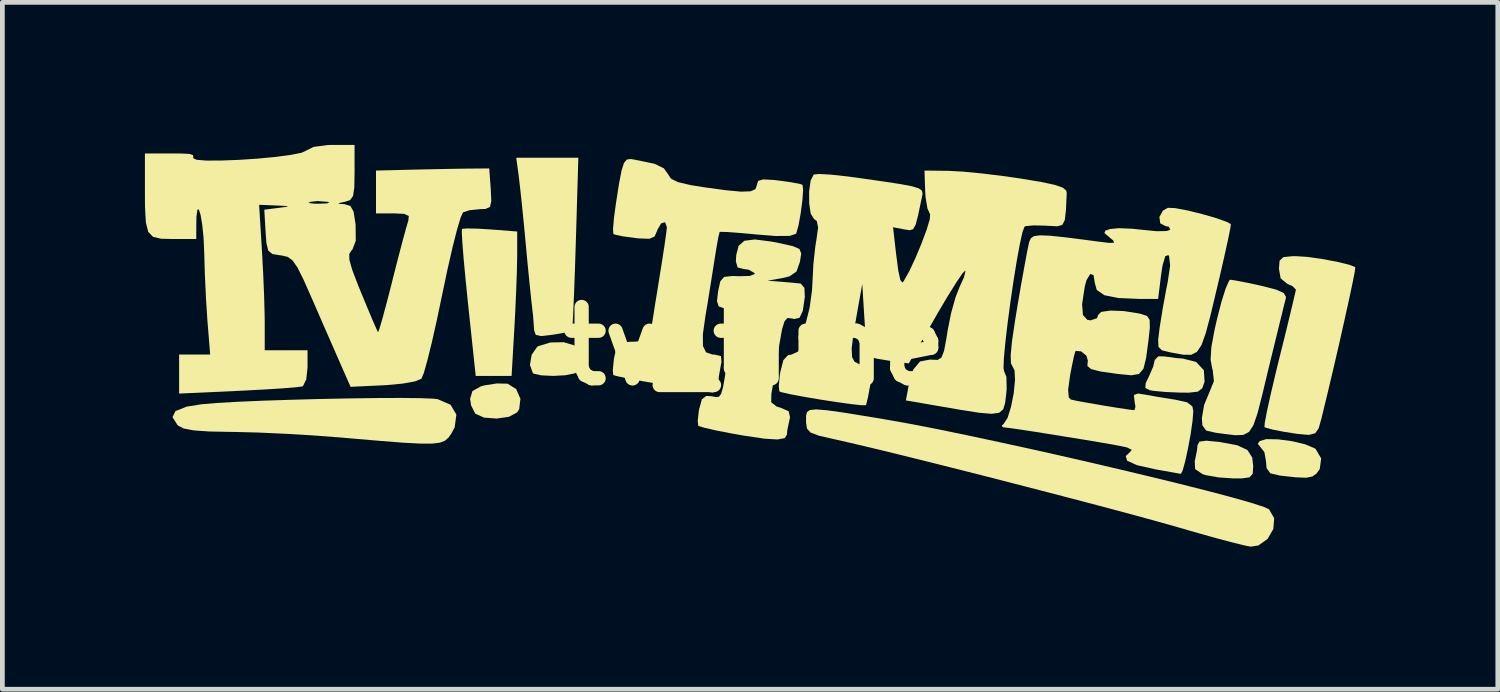
<source format=kicad_pcb>
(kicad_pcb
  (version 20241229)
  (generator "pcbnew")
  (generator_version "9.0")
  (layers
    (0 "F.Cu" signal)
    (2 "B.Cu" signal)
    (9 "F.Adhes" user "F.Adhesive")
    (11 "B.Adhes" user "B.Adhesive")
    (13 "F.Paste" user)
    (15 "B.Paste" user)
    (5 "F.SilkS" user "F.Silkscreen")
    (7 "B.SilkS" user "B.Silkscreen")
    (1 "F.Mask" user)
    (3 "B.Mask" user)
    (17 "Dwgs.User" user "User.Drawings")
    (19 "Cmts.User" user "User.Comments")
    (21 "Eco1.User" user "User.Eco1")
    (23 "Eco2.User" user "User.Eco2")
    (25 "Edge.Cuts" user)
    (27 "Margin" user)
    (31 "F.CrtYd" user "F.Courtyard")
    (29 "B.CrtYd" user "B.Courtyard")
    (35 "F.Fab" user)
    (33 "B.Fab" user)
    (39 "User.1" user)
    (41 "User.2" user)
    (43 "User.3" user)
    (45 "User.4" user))
  (footprint "tv_time"
    (layer "F.Cu")
    (at 12.835 4.233)
    (property "Reference" "tv_time" (at 0 0 0) (layer "F.SilkS") (effects (font (size 1.5 1.5) (thickness 0.3))))
    (attr board_only exclude_from_pos_files exclude_from_bom)
    (fp_poly (pts (xy -5.201 0.793) (xy -5.021 0.906) (xy -4.931 1.11) (xy -4.957 1.329) (xy -5 1.397) (xy -5.172 1.49) (xy -5.431 1.527) (xy -5.695 1.507) (xy -5.88 1.425) (xy -5.882 1.423) (xy -5.969 1.25) (xy -5.99 1.11) (xy -5.941 0.948) (xy -5.765 0.85) (xy -5.697 0.83) (xy -5.428 0.788)) (stroke (width 0) (type solid)) (fill yes) (layer "F.SilkS"))
    (fp_poly (pts (xy -3.796 -0.013) (xy -3.756 0.018) (xy -3.662 0.201) (xy -3.664 0.409) (xy -3.758 0.559) (xy -3.79 0.576) (xy -3.983 0.615) (xy -4.24 0.629) (xy -4.488 0.618) (xy -4.65 0.583) (xy -4.669 0.57) (xy -4.731 0.4) (xy -4.695 0.185) (xy -4.58 0.019) (xy -4.555 0.003) (xy -4.299 -0.075) (xy -4.018 -0.08)) (stroke (width 0) (type solid)) (fill yes) (layer "F.SilkS"))
    (fp_poly (pts (xy -5.83 -2.47) (xy -5.562 -2.454) (xy -4.999 -2.41) (xy -4.999 -1.903) (xy -5.005 -1.597) (xy -5.02 -1.174) (xy -5.041 -0.701) (xy -5.058 -0.383) (xy -5.117 0.63) (xy -5.494 0.63) (xy -5.872 0.63) (xy -6.035 -0.902) (xy -6.086 -1.406) (xy -6.127 -1.844) (xy -6.154 -2.186) (xy -6.165 -2.403) (xy -6.161 -2.465) (xy -6.059 -2.475)) (stroke (width 0) (type solid)) (fill yes) (layer "F.SilkS"))
    (fp_poly (pts (xy 8.624 0.219) (xy 8.878 0.254) (xy 9.012 0.264) (xy 9.292 0.336) (xy 9.454 0.51) (xy 9.469 0.752) (xy 9.419 0.891) (xy 9.326 0.961) (xy 9.139 0.982) (xy 8.938 0.98) (xy 8.638 0.967) (xy 8.397 0.944) (xy 8.317 0.93) (xy 8.222 0.883) (xy 8.23 0.781) (xy 8.294 0.648) (xy 8.386 0.438) (xy 8.421 0.293) (xy 8.495 0.217)) (stroke (width 0) (type solid)) (fill yes) (layer "F.SilkS"))
    (fp_poly (pts (xy 9.782 2.019) (xy 9.793 2.021) (xy 10.156 2.089) (xy 10.371 2.189) (xy 10.472 2.347) (xy 10.493 2.533) (xy 10.482 2.689) (xy 10.416 2.764) (xy 10.248 2.787) (xy 10.065 2.786) (xy 9.758 2.765) (xy 9.494 2.718) (xy 9.425 2.696) (xy 9.27 2.59) (xy 9.262 2.422) (xy 9.266 2.409) (xy 9.31 2.193) (xy 9.321 2.083) (xy 9.361 2.013) (xy 9.502 1.993)) (stroke (width 0) (type solid)) (fill yes) (layer "F.SilkS"))
    (fp_poly (pts (xy 11.015 1.964) (xy 11.31 2.003) (xy 11.587 2.069) (xy 11.784 2.152) (xy 11.808 2.169) (xy 11.923 2.366) (xy 11.893 2.59) (xy 11.826 2.684) (xy 11.739 2.746) (xy 11.609 2.772) (xy 11.39 2.764) (xy 11.056 2.727) (xy 10.852 2.679) (xy 10.774 2.569) (xy 10.763 2.434) (xy 10.728 2.234) (xy 10.651 2.135) (xy 10.59 2.059) (xy 10.628 2.001) (xy 10.767 1.96)) (stroke (width 0) (type solid)) (fill yes) (layer "F.SilkS"))
    (fp_poly (pts (xy -3.766 -2.151) (xy -3.784 -1.6) (xy -3.802 -1.114) (xy -3.819 -0.721) (xy -3.833 -0.448) (xy -3.845 -0.322) (xy -3.847 -0.317) (xy -3.944 -0.291) (xy -4.156 -0.253) (xy -4.256 -0.237) (xy -4.496 -0.209) (xy -4.608 -0.234) (xy -4.643 -0.333) (xy -4.646 -0.382) (xy -4.665 -0.641) (xy -4.685 -0.811) (xy -4.705 -0.987) (xy -4.737 -1.298) (xy -4.777 -1.699) (xy -4.816 -2.117) (xy -4.86 -2.581) (xy -4.904 -3.019) (xy -4.943 -3.376) (xy -4.967 -3.58) (xy -5.019 -3.963) (xy -4.366 -3.963) (xy -3.712 -3.963)) (stroke (width 0) (type solid)) (fill yes) (layer "F.SilkS"))
    (fp_poly (pts (xy 10.132 -1.377) (xy 10.376 -1.33) (xy 10.653 -1.27) (xy 10.968 -1.19) (xy 11.135 -1.116) (xy 11.183 -1.032) (xy 11.178 -1.001) (xy 11.144 -0.866) (xy 11.076 -0.59) (xy 10.982 -0.207) (xy 10.87 0.249) (xy 10.805 0.518) (xy 10.679 1.043) (xy 10.583 1.417) (xy 10.498 1.665) (xy 10.404 1.809) (xy 10.282 1.872) (xy 10.112 1.877) (xy 9.875 1.849) (xy 9.705 1.826) (xy 9.502 1.779) (xy 9.423 1.67) (xy 9.412 1.517) (xy 9.46 1.239) (xy 9.566 0.984) (xy 9.666 0.739) (xy 9.64 0.504) (xy 9.63 0.475) (xy 9.596 0.289) (xy 9.611 0.028) (xy 9.68 -0.345) (xy 9.735 -0.585) (xy 9.827 -0.939) (xy 9.914 -1.214) (xy 9.984 -1.372) (xy 10.008 -1.396)) (stroke (width 0) (type solid)) (fill yes) (layer "F.SilkS"))
    (fp_poly (pts (xy -7.05 1.097) (xy -6.769 1.108) (xy -6.674 1.118) (xy -6.402 1.236) (xy -6.279 1.443) (xy -6.315 1.712) (xy -6.387 1.847) (xy -6.448 1.931) (xy -6.519 1.993) (xy -6.625 2.034) (xy -6.788 2.054) (xy -7.033 2.054) (xy -7.381 2.036) (xy -7.858 1.999) (xy -8.485 1.946) (xy -8.647 1.931) (xy -9.232 1.886) (xy -9.859 1.848) (xy -10.457 1.821) (xy -10.954 1.808) (xy -11.005 1.808) (xy -11.482 1.799) (xy -11.809 1.776) (xy -12.018 1.736) (xy -12.137 1.675) (xy -12.149 1.664) (xy -12.254 1.497) (xy -12.191 1.369) (xy -11.956 1.276) (xy -11.637 1.225) (xy -11.322 1.199) (xy -10.884 1.174) (xy -10.357 1.151) (xy -9.77 1.132) (xy -9.156 1.115) (xy -8.545 1.103) (xy -7.97 1.095) (xy -7.461 1.093)) (stroke (width 0) (type solid)) (fill yes) (layer "F.SilkS"))
    (fp_poly (pts (xy 11.641 -1.875) (xy 11.947 -1.831) (xy 12.257 -1.773) (xy 12.509 -1.712) (xy 12.641 -1.66) (xy 12.631 -1.569) (xy 12.585 -1.333) (xy 12.51 -0.98) (xy 12.413 -0.541) (xy 12.301 -0.043) (xy 12.179 0.482) (xy 12.055 1.006) (xy 11.935 1.5) (xy 11.921 1.554) (xy 11.869 1.736) (xy 11.796 1.837) (xy 11.662 1.871) (xy 11.424 1.85) (xy 11.148 1.807) (xy 10.905 1.76) (xy 10.751 1.717) (xy 10.729 1.706) (xy 10.737 1.609) (xy 10.783 1.369) (xy 10.861 1.015) (xy 10.964 0.577) (xy 11.039 0.27) (xy 11.158 -0.207) (xy 11.259 -0.622) (xy 11.336 -0.944) (xy 11.382 -1.141) (xy 11.391 -1.187) (xy 11.32 -1.26) (xy 11.214 -1.306) (xy 11.07 -1.424) (xy 11.034 -1.627) (xy 11.048 -1.796) (xy 11.126 -1.871) (xy 11.318 -1.891) (xy 11.399 -1.891)) (stroke (width 0) (type solid)) (fill yes) (layer "F.SilkS"))
    (fp_poly (pts (xy 1.509 1.351) (xy 1.842 1.397) (xy 2.313 1.473) (xy 2.702 1.537) (xy 3.195 1.624) (xy 3.788 1.738) (xy 4.458 1.876) (xy 5.185 2.031) (xy 5.947 2.198) (xy 6.722 2.373) (xy 7.489 2.551) (xy 8.226 2.726) (xy 8.913 2.893) (xy 9.527 3.048) (xy 10.048 3.186) (xy 10.453 3.301) (xy 10.721 3.388) (xy 10.826 3.437) (xy 10.934 3.625) (xy 10.916 3.851) (xy 10.796 4.06) (xy 10.602 4.198) (xy 10.441 4.223) (xy 10.298 4.195) (xy 10.016 4.125) (xy 9.63 4.021) (xy 9.176 3.893) (xy 8.917 3.817) (xy 8.484 3.695) (xy 7.914 3.539) (xy 7.239 3.359) (xy 6.489 3.162) (xy 5.694 2.956) (xy 4.886 2.748) (xy 4.095 2.548) (xy 3.351 2.362) (xy 2.685 2.198) (xy 2.127 2.065) (xy 1.709 1.969) (xy 1.666 1.96) (xy 1.354 1.888) (xy 1.178 1.823) (xy 1.101 1.74) (xy 1.081 1.612) (xy 1.081 1.57) (xy 1.082 1.464) (xy 1.101 1.39) (xy 1.163 1.347) (xy 1.291 1.334)) (stroke (width 0) (type solid)) (fill yes) (layer "F.SilkS"))
    (fp_poly (pts (xy 0.354 -2.198) (xy 0.529 -2.164) (xy 0.804 -2.102) (xy 0.942 -2.042) (xy 0.979 -1.947) (xy 0.954 -1.784) (xy 0.953 -1.775) (xy 0.88 -1.568) (xy 0.732 -1.466) (xy 0.582 -1.43) (xy 0.27 -1.375) (xy 0.563 -1.352) (xy 0.802 -1.332) (xy 0.968 -1.315) (xy 0.968 -1.315) (xy 1.046 -1.224) (xy 1.055 -1.034) (xy 1.012 -0.739) (xy 0.944 -0.594) (xy 0.832 -0.568) (xy 0.779 -0.581) (xy 0.691 -0.589) (xy 0.629 -0.524) (xy 0.576 -0.354) (xy 0.521 -0.046) (xy 0.504 0.066) (xy 0.446 0.435) (xy 0.393 0.762) (xy 0.355 0.984) (xy 0.351 1.002) (xy 0.348 1.184) (xy 0.463 1.275) (xy 0.545 1.299) (xy 0.715 1.373) (xy 0.744 1.502) (xy 0.731 1.558) (xy 0.687 1.766) (xy 0.677 1.869) (xy 0.63 1.94) (xy 0.479 1.967) (xy 0.204 1.95) (xy -0.216 1.888) (xy -0.484 1.841) (xy -0.808 1.778) (xy -1.057 1.721) (xy -1.182 1.683) (xy -1.188 1.68) (xy -1.199 1.573) (xy -1.176 1.365) (xy -1.169 1.329) (xy -1.112 1.122) (xy -1.019 1.05) (xy -0.903 1.058) (xy -0.816 1.075) (xy -0.754 1.068) (xy -0.708 1.009) (xy -0.667 0.871) (xy -0.624 0.626) (xy -0.567 0.247) (xy -0.525 -0.045) (xy -0.477 -0.401) (xy -0.464 -0.617) (xy -0.493 -0.73) (xy -0.569 -0.779) (xy -0.638 -0.792) (xy -0.758 -0.834) (xy -0.794 -0.945) (xy -0.77 -1.153) (xy -0.724 -1.362) (xy -0.643 -1.455) (xy -0.469 -1.474) (xy -0.332 -1.469) (xy -0.105 -1.475) (xy -0.002 -1.514) (xy -0.003 -1.536) (xy -0.127 -1.607) (xy -0.236 -1.621) (xy -0.359 -1.653) (xy -0.396 -1.78) (xy -0.389 -1.914) (xy -0.339 -2.108) (xy -0.218 -2.215) (xy 0.003 -2.243)) (stroke (width 0) (type solid)) (fill yes) (layer "F.SilkS"))
    (fp_poly (pts (xy -2.542 -3.925) (xy -2.292 -3.874) (xy -2.105 -3.835) (xy -1.912 -3.74) (xy -1.824 -3.617) (xy -1.763 -3.522) (xy -1.614 -3.449) (xy -1.342 -3.386) (xy -1.089 -3.345) (xy -0.614 -3.28) (xy -0.289 -3.249) (xy -0.088 -3.256) (xy 0.014 -3.3) (xy 0.045 -3.382) (xy 0.045 -3.39) (xy 0.072 -3.475) (xy 0.18 -3.507) (xy 0.412 -3.494) (xy 0.508 -3.483) (xy 0.777 -3.445) (xy 0.961 -3.409) (xy 1.007 -3.391) (xy 1.019 -3.285) (xy 1.004 -3.067) (xy 0.969 -2.801) (xy 0.925 -2.552) (xy 0.879 -2.384) (xy 0.868 -2.362) (xy 0.74 -2.318) (xy 0.439 -2.316) (xy 0.048 -2.347) (xy -0.3 -2.379) (xy -0.57 -2.399) (xy -0.721 -2.403) (xy -0.738 -2.4) (xy -0.762 -2.306) (xy -0.803 -2.082) (xy -0.849 -1.796) (xy -0.917 -1.364) (xy -0.993 -0.892) (xy -1.036 -0.639) (xy -1.091 -0.247) (xy -1.089 0.000306) (xy -1.024 0.133) (xy -0.89 0.179) (xy -0.848 0.18) (xy -0.709 0.213) (xy -0.699 0.343) (xy -0.709 0.383) (xy -0.755 0.644) (xy -0.764 0.788) (xy -0.807 0.942) (xy -0.878 0.98) (xy -1.009 0.962) (xy -1.276 0.92) (xy -1.637 0.862) (xy -1.967 0.808) (xy -2.364 0.739) (xy -2.69 0.678) (xy -2.907 0.632) (xy -2.977 0.611) (xy -2.987 0.508) (xy -2.966 0.298) (xy -2.958 0.243) (xy -2.909 0.027) (xy -2.818 -0.067) (xy -2.622 -0.09) (xy -2.555 -0.09) (xy -2.333 -0.106) (xy -2.213 -0.144) (xy -2.205 -0.158) (xy -2.191 -0.268) (xy -2.153 -0.519) (xy -2.097 -0.874) (xy -2.028 -1.295) (xy -2.027 -1.306) (xy -1.958 -1.734) (xy -1.901 -2.102) (xy -1.863 -2.37) (xy -1.848 -2.499) (xy -1.848 -2.499) (xy -1.886 -2.606) (xy -1.97 -2.581) (xy -2.049 -2.444) (xy -2.056 -2.42) (xy -2.108 -2.304) (xy -2.217 -2.257) (xy -2.437 -2.265) (xy -2.521 -2.274) (xy -2.776 -2.309) (xy -2.943 -2.345) (xy -2.975 -2.359) (xy -2.982 -2.461) (xy -2.963 -2.69) (xy -2.924 -2.978) (xy -2.857 -3.409) (xy -2.803 -3.691) (xy -2.752 -3.853) (xy -2.691 -3.925) (xy -2.61 -3.936)) (stroke (width 0) (type solid)) (fill yes) (layer "F.SilkS"))
    (fp_poly (pts (xy 4.084 -3.687) (xy 4.392 -3.67) (xy 4.813 -3.629) (xy 5.282 -3.571) (xy 5.584 -3.527) (xy 6.026 -3.454) (xy 6.316 -3.392) (xy 6.484 -3.334) (xy 6.558 -3.27) (xy 6.568 -3.217) (xy 6.551 -2.862) (xy 6.527 -2.651) (xy 6.474 -2.549) (xy 6.369 -2.52) (xy 6.189 -2.529) (xy 6.128 -2.533) (xy 5.875 -2.539) (xy 5.708 -2.524) (xy 5.679 -2.512) (xy 5.636 -2.396) (xy 5.58 -2.143) (xy 5.515 -1.788) (xy 5.447 -1.367) (xy 5.381 -0.916) (xy 5.322 -0.471) (xy 5.275 -0.069) (xy 5.245 0.256) (xy 5.237 0.466) (xy 5.249 0.528) (xy 5.298 0.65) (xy 5.304 0.896) (xy 5.294 1.013) (xy 5.27 1.204) (xy 5.23 1.333) (xy 5.144 1.405) (xy 4.986 1.427) (xy 4.726 1.405) (xy 4.336 1.344) (xy 3.978 1.282) (xy 3.182 1.145) (xy 3.243 0.82) (xy 3.337 0.496) (xy 3.48 0.325) (xy 3.693 0.285) (xy 3.73 0.288) (xy 3.853 0.292) (xy 3.931 0.243) (xy 3.985 0.104) (xy 4.035 -0.16) (xy 4.059 -0.315) (xy 4.132 -0.685) (xy 4.227 -1.026) (xy 4.314 -1.247) (xy 4.406 -1.45) (xy 4.436 -1.576) (xy 4.432 -1.588) (xy 4.374 -1.53) (xy 4.247 -1.343) (xy 4.067 -1.055) (xy 3.853 -0.694) (xy 3.817 -0.631) (xy 3.243 0.366) (xy 2.837 0.31) (xy 2.586 0.269) (xy 2.423 0.23) (xy 2.395 0.217) (xy 2.372 0.116) (xy 2.345 -0.12) (xy 2.318 -0.446) (xy 2.31 -0.563) (xy 2.264 -1.306) (xy 2.151 -0.676) (xy 2.076 -0.24) (xy 2.041 0.051) (xy 2.049 0.231) (xy 2.102 0.331) (xy 2.205 0.384) (xy 2.259 0.399) (xy 2.403 0.451) (xy 2.457 0.545) (xy 2.444 0.739) (xy 2.429 0.837) (xy 2.385 1.076) (xy 2.348 1.226) (xy 2.339 1.246) (xy 2.244 1.246) (xy 2.018 1.221) (xy 1.709 1.178) (xy 1.361 1.124) (xy 1.023 1.066) (xy 0.74 1.013) (xy 0.559 0.971) (xy 0.52 0.955) (xy 0.507 0.848) (xy 0.526 0.632) (xy 0.539 0.546) (xy 0.603 0.299) (xy 0.7 0.193) (xy 0.774 0.18) (xy 0.92 0.113) (xy 0.947 0.023) (xy 0.978 -0.16) (xy 1.052 -0.419) (xy 1.078 -0.495) (xy 1.156 -0.804) (xy 1.207 -1.177) (xy 1.216 -1.351) (xy 1.235 -1.722) (xy 1.276 -2.095) (xy 1.299 -2.236) (xy 1.335 -2.496) (xy 1.307 -2.63) (xy 1.247 -2.675) (xy 1.18 -2.784) (xy 1.147 -3.001) (xy 1.146 -3.257) (xy 1.178 -3.484) (xy 1.242 -3.61) (xy 1.357 -3.621) (xy 1.606 -3.607) (xy 1.946 -3.57) (xy 2.143 -3.544) (xy 2.675 -3.468) (xy 3.053 -3.411) (xy 3.304 -3.364) (xy 3.45 -3.32) (xy 3.519 -3.271) (xy 3.533 -3.208) (xy 3.518 -3.124) (xy 3.513 -3.103) (xy 3.441 -2.758) (xy 3.388 -2.554) (xy 3.334 -2.458) (xy 3.261 -2.437) (xy 3.147 -2.455) (xy 3.141 -2.456) (xy 2.912 -2.5) (xy 2.975 -1.948) (xy 3.022 -1.588) (xy 3.065 -1.39) (xy 3.109 -1.337) (xy 3.132 -1.359) (xy 3.251 -1.57) (xy 3.384 -1.853) (xy 3.512 -2.161) (xy 3.619 -2.447) (xy 3.685 -2.667) (xy 3.692 -2.773) (xy 3.69 -2.775) (xy 3.636 -2.895) (xy 3.597 -3.129) (xy 3.588 -3.265) (xy 3.574 -3.693)) (stroke (width 0) (type solid)) (fill yes) (layer "F.SilkS"))
    (fp_poly (pts (xy -8.422 -3.654) (xy -8.427 -3.338) (xy -8.454 -3.159) (xy -8.516 -3.072) (xy -8.624 -3.036) (xy -8.765 -3.006) (xy -8.732 -2.992) (xy -8.633 -2.985) (xy -8.511 -2.949) (xy -8.443 -2.83) (xy -8.404 -2.583) (xy -8.4 -2.545) (xy -8.397 -2.215) (xy -8.467 -2.031) (xy -8.485 -2.014) (xy -8.533 -1.939) (xy -8.531 -1.812) (xy -8.47 -1.599) (xy -8.343 -1.267) (xy -8.28 -1.113) (xy -8.137 -0.768) (xy -8.02 -0.492) (xy -7.945 -0.323) (xy -7.928 -0.29) (xy -7.899 -0.362) (xy -7.836 -0.577) (xy -7.748 -0.903) (xy -7.643 -1.309) (xy -7.627 -1.376) (xy -7.516 -1.812) (xy -7.416 -2.193) (xy -7.338 -2.48) (xy -7.292 -2.635) (xy -7.29 -2.64) (xy -7.281 -2.737) (xy -7.378 -2.782) (xy -7.601 -2.792) (xy -7.971 -2.792) (xy -7.971 -3.243) (xy -7.971 -3.693) (xy -7.206 -3.712) (xy -6.786 -3.721) (xy -6.376 -3.729) (xy -6.054 -3.734) (xy -6.014 -3.734) (xy -5.588 -3.738) (xy -5.556 -3.31) (xy -5.544 -3.052) (xy -5.572 -2.927) (xy -5.666 -2.885) (xy -5.78 -2.881) (xy -6.004 -2.858) (xy -6.139 -2.813) (xy -6.188 -2.708) (xy -6.264 -2.454) (xy -6.359 -2.081) (xy -6.465 -1.617) (xy -6.576 -1.091) (xy -6.578 -1.081) (xy -6.689 -0.551) (xy -6.795 -0.079) (xy -6.89 0.304) (xy -6.965 0.57) (xy -7.015 0.689) (xy -7.015 0.69) (xy -7.149 0.744) (xy -7.41 0.791) (xy -7.748 0.823) (xy -7.811 0.826) (xy -8.506 0.859) (xy -8.725 0.362) (xy -8.858 0.058) (xy -9.035 -0.346) (xy -9.226 -0.784) (xy -9.324 -1.008) (xy -9.497 -1.399) (xy -9.624 -1.653) (xy -9.728 -1.802) (xy -9.83 -1.876) (xy -9.953 -1.905) (xy -9.986 -1.909) (xy -10.152 -1.936) (xy -10.239 -2.008) (xy -10.278 -2.172) (xy -10.295 -2.403) (xy -10.322 -2.87) (xy -10.025 -2.907) (xy -9.847 -2.931) (xy -9.83 -2.944) (xy -9.983 -2.954) (xy -10.079 -2.958) (xy -10.431 -2.972) (xy -10.372 -2.013) (xy -10.346 -1.538) (xy -10.326 -1.06) (xy -10.315 -0.649) (xy -10.313 -0.481) (xy -10.313 0.09) (xy -9.863 0.09) (xy -9.412 0.09) (xy -9.412 0.453) (xy -9.439 0.703) (xy -9.507 0.842) (xy -9.525 0.851) (xy -9.652 0.868) (xy -9.923 0.89) (xy -10.301 0.914) (xy -10.749 0.938) (xy -10.876 0.944) (xy -12.115 1.001) (xy -12.115 0.59) (xy -12.115 0.18) (xy -11.788 0.18) (xy -11.461 0.18) (xy -11.518 -0.518) (xy -11.548 -0.979) (xy -11.573 -1.503) (xy -11.586 -1.95) (xy -11.6 -2.273) (xy -11.628 -2.551) (xy -11.663 -2.76) (xy -11.7 -2.874) (xy -11.73 -2.871) (xy -11.75 -2.725) (xy -11.753 -2.59) (xy -11.754 -2.252) (xy -12.24 -2.252) (xy -12.494 -2.258) (xy -12.664 -2.298) (xy -12.765 -2.403) (xy -12.815 -2.601) (xy -12.833 -2.925) (xy -12.834 -3.012) (xy -9.394 -3.012) (xy -9.285 -2.997) (xy -9.187 -2.995) (xy -9.002 -3.002) (xy -8.954 -3.023) (xy -8.984 -3.034) (xy -9.2 -3.051) (xy -9.344 -3.036) (xy -9.394 -3.012) (xy -12.834 -3.012) (xy -12.835 -3.295) (xy -12.835 -4.053) (xy -12.385 -4.053) (xy -12.069 -4.052) (xy -11.895 -4.043) (xy -11.823 -4.019) (xy -11.816 -3.975) (xy -11.821 -3.956) (xy -11.751 -3.92) (xy -11.541 -3.903) (xy -11.231 -3.904) (xy -10.859 -3.918) (xy -10.465 -3.944) (xy -10.087 -3.98) (xy -9.765 -4.022) (xy -9.537 -4.068) (xy -9.448 -4.109) (xy -9.285 -4.191) (xy -8.988 -4.231) (xy -8.885 -4.233) (xy -8.422 -4.233)) (stroke (width 0) (type solid)) (fill yes) (layer "F.SilkS"))
    (fp_poly (pts (xy 8.846 -2.903) (xy 9.106 -2.854) (xy 9.416 -2.778) (xy 9.715 -2.692) (xy 9.942 -2.61) (xy 10.022 -2.567) (xy 10.011 -2.478) (xy 9.964 -2.244) (xy 9.887 -1.895) (xy 9.788 -1.462) (xy 9.722 -1.184) (xy 9.595 -0.651) (xy 9.494 -0.271) (xy 9.404 -0.02) (xy 9.307 0.125) (xy 9.185 0.185) (xy 9.021 0.183) (xy 8.798 0.143) (xy 8.722 0.128) (xy 8.57 0.089) (xy 8.499 0.018) (xy 8.492 -0.134) (xy 8.524 -0.39) (xy 8.585 -0.772) (xy 8.661 -1.188) (xy 8.692 -1.34) (xy 8.744 -1.69) (xy 8.723 -1.888) (xy 8.706 -1.914) (xy 8.642 -1.891) (xy 8.584 -1.694) (xy 8.554 -1.496) (xy 8.491 -0.991) (xy 8.107 -0.991) (xy 7.654 -1.01) (xy 7.358 -1.07) (xy 7.2 -1.18) (xy 7.161 -1.317) (xy 7.131 -1.495) (xy 7.062 -1.515) (xy 6.985 -1.388) (xy 6.947 -1.25) (xy 6.891 -0.878) (xy 6.909 -0.652) (xy 7.002 -0.551) (xy 7.071 -0.54) (xy 7.206 -0.586) (xy 7.228 -0.653) (xy 7.292 -0.718) (xy 7.486 -0.746) (xy 7.764 -0.736) (xy 8.079 -0.687) (xy 8.139 -0.673) (xy 8.258 -0.632) (xy 8.313 -0.551) (xy 8.317 -0.383) (xy 8.288 -0.117) (xy 8.238 0.255) (xy 8.182 0.479) (xy 8.088 0.589) (xy 7.928 0.616) (xy 7.67 0.591) (xy 7.621 0.585) (xy 7.276 0.536) (xy 7.08 0.485) (xy 7.002 0.42) (xy 7.01 0.325) (xy 7.014 0.314) (xy 6.983 0.205) (xy 6.871 0.113) (xy 6.761 0.102) (xy 6.75 0.11) (xy 6.722 0.205) (xy 6.676 0.423) (xy 6.639 0.615) (xy 6.597 0.923) (xy 6.612 1.086) (xy 6.654 1.126) (xy 6.784 1.155) (xy 7.031 1.2) (xy 7.334 1.252) (xy 7.635 1.301) (xy 7.874 1.337) (xy 7.993 1.351) (xy 8.014 1.278) (xy 7.995 1.161) (xy 7.981 1.031) (xy 8.068 1) (xy 8.206 1.021) (xy 8.468 1.068) (xy 8.785 1.119) (xy 8.849 1.129) (xy 9.099 1.184) (xy 9.211 1.269) (xy 9.232 1.371) (xy 9.216 1.575) (xy 9.176 1.854) (xy 9.12 2.157) (xy 9.06 2.431) (xy 9.006 2.626) (xy 8.969 2.691) (xy 8.858 2.671) (xy 8.628 2.63) (xy 8.422 2.593) (xy 8.043 2.507) (xy 7.838 2.413) (xy 7.81 2.315) (xy 7.877 2.254) (xy 7.938 2.187) (xy 7.841 2.136) (xy 7.786 2.123) (xy 7.616 2.089) (xy 7.32 2.037) (xy 6.941 1.973) (xy 6.521 1.905) (xy 6.099 1.837) (xy 5.719 1.778) (xy 5.421 1.734) (xy 5.246 1.712) (xy 5.224 1.71) (xy 5.2 1.674) (xy 5.238 1.642) (xy 5.322 1.514) (xy 5.396 1.277) (xy 5.452 0.992) (xy 5.479 0.717) (xy 5.469 0.511) (xy 5.432 0.44) (xy 5.394 0.366) (xy 5.388 0.194) (xy 5.415 -0.096) (xy 5.479 -0.528) (xy 5.528 -0.827) (xy 5.606 -1.284) (xy 5.679 -1.687) (xy 5.737 -1.999) (xy 5.775 -2.179) (xy 5.78 -2.196) (xy 5.812 -2.267) (xy 5.876 -2.312) (xy 6.001 -2.33) (xy 6.213 -2.322) (xy 6.539 -2.288) (xy 7.008 -2.228) (xy 7.206 -2.201) (xy 7.462 -2.17) (xy 7.567 -2.175) (xy 7.546 -2.222) (xy 7.482 -2.275) (xy 7.361 -2.378) (xy 7.383 -2.429) (xy 7.482 -2.463) (xy 7.664 -2.48) (xy 7.951 -2.468) (xy 8.178 -2.444) (xy 8.465 -2.416) (xy 8.673 -2.421) (xy 8.746 -2.446) (xy 8.717 -2.511) (xy 8.652 -2.522) (xy 8.536 -2.582) (xy 8.518 -2.716) (xy 8.593 -2.851) (xy 8.696 -2.909)) (stroke (width 0) (type solid)) (fill yes) (layer "F.SilkS")))
  (gr_rect
    (start -3 -3)
    (end 28.476 11.457)
    (stroke (width 0.1) (type default))
    (fill no)
    (layer "Edge.Cuts")))
</source>
